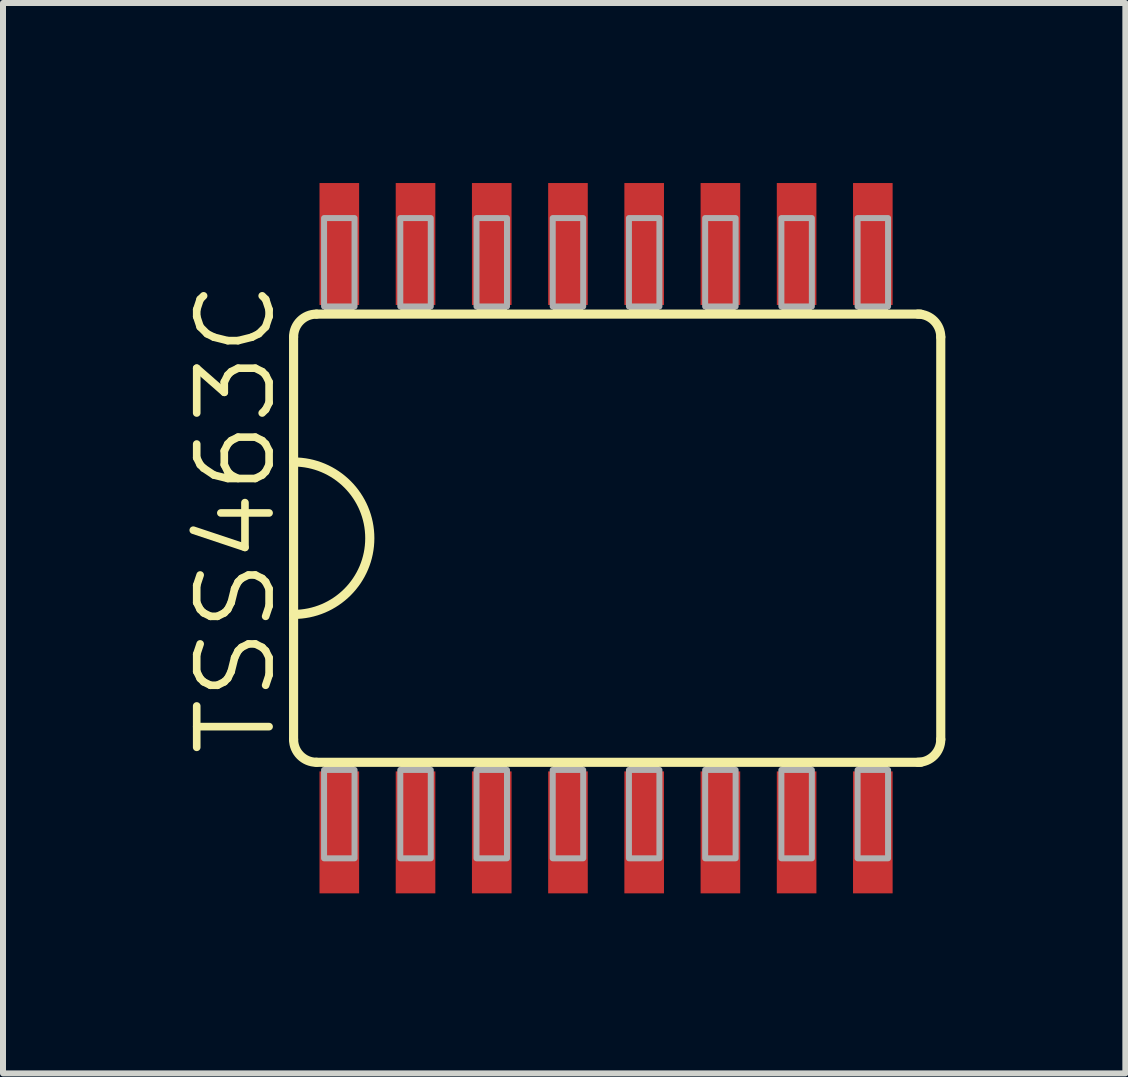
<source format=kicad_pcb>
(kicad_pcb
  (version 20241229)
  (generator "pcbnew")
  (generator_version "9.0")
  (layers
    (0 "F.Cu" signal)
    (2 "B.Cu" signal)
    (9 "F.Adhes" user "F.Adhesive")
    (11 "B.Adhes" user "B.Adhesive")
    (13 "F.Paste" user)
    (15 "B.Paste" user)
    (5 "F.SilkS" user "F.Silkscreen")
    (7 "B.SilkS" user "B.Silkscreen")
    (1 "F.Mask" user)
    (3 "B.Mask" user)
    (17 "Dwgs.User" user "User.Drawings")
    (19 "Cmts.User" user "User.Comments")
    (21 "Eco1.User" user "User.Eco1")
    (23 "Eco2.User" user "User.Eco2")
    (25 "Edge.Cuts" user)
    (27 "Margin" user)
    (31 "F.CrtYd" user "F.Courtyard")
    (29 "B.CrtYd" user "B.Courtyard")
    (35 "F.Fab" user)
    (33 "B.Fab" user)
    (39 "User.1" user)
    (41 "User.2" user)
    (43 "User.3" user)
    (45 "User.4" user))
  (footprint "TSS463C"
    (layer "F.Cu")
    (at 7.684 5.918)
    (property "Reference" "TSS463C" (at -6.096 3.683 90) (layer "F.SilkS") (effects (font (size 1.206 1.206) (thickness 0.127)) (justify left bottom)))
    (attr through_hole)
    (fp_line (start -5.842 -3.353) (end -5.842 3.353) (stroke (width 0.152) (type solid)) (layer "F.SilkS"))
    (fp_line (start -5.461 -3.734) (end 4.61 -3.734) (stroke (width 0.152) (type solid)) (layer "F.SilkS"))
    (fp_line (start -5.461 3.734) (end 4.61 3.734) (stroke (width 0.152) (type solid)) (layer "F.SilkS"))
    (fp_line (start 4.942 3.353) (end 4.942 -3.353) (stroke (width 0.152) (type solid)) (layer "F.SilkS"))
    (fp_arc (start -5.842 -3.3528) (mid -5.730408 -3.622208) (end -5.461 -3.7338) (stroke (width 0.1524) (type solid)) (layer "F.SilkS"))
    (fp_arc (start -5.842 -1.27) (mid -4.572 0) (end -5.842 1.27) (stroke (width 0.1524) (type solid)) (layer "F.SilkS"))
    (fp_arc (start -5.461 3.7338) (mid -5.730408 3.622208) (end -5.842 3.3528) (stroke (width 0.1524) (type solid)) (layer "F.SilkS"))
    (fp_arc (start 4.561 -3.7338) (mid 4.830408 -3.622208) (end 4.942 -3.3528) (stroke (width 0.1524) (type solid)) (layer "F.SilkS"))
    (fp_arc (start 4.942 3.3528) (mid 4.830408 3.622208) (end 4.561 3.7338) (stroke (width 0.1524) (type solid)) (layer "F.SilkS"))
    (fp_poly (pts (xy -5.334 -3.734) (xy -4.826 -3.734) (xy -4.826 -3.861) (xy -5.334 -3.861)) (stroke (width 0) (type solid)) (fill yes) (layer "F.SilkS"))
    (fp_poly (pts (xy -5.334 3.861) (xy -4.826 3.861) (xy -4.826 3.734) (xy -5.334 3.734)) (stroke (width 0) (type solid)) (fill yes) (layer "F.SilkS"))
    (fp_poly (pts (xy -4.064 -3.734) (xy -3.556 -3.734) (xy -3.556 -3.861) (xy -4.064 -3.861)) (stroke (width 0) (type solid)) (fill yes) (layer "F.SilkS"))
    (fp_poly (pts (xy -4.064 3.861) (xy -3.556 3.861) (xy -3.556 3.734) (xy -4.064 3.734)) (stroke (width 0) (type solid)) (fill yes) (layer "F.SilkS"))
    (fp_poly (pts (xy -2.794 -3.734) (xy -2.286 -3.734) (xy -2.286 -3.861) (xy -2.794 -3.861)) (stroke (width 0) (type solid)) (fill yes) (layer "F.SilkS"))
    (fp_poly (pts (xy -2.794 3.861) (xy -2.286 3.861) (xy -2.286 3.734) (xy -2.794 3.734)) (stroke (width 0) (type solid)) (fill yes) (layer "F.SilkS"))
    (fp_poly (pts (xy -1.524 -3.734) (xy -1.016 -3.734) (xy -1.016 -3.861) (xy -1.524 -3.861)) (stroke (width 0) (type solid)) (fill yes) (layer "F.SilkS"))
    (fp_poly (pts (xy -1.524 3.861) (xy -1.016 3.861) (xy -1.016 3.734) (xy -1.524 3.734)) (stroke (width 0) (type solid)) (fill yes) (layer "F.SilkS"))
    (fp_poly (pts (xy -0.254 -3.734) (xy 0.254 -3.734) (xy 0.254 -3.861) (xy -0.254 -3.861)) (stroke (width 0) (type solid)) (fill yes) (layer "F.SilkS"))
    (fp_poly (pts (xy -0.254 3.861) (xy 0.254 3.861) (xy 0.254 3.734) (xy -0.254 3.734)) (stroke (width 0) (type solid)) (fill yes) (layer "F.SilkS"))
    (fp_poly (pts (xy 1.016 -3.734) (xy 1.524 -3.734) (xy 1.524 -3.861) (xy 1.016 -3.861)) (stroke (width 0) (type solid)) (fill yes) (layer "F.SilkS"))
    (fp_poly (pts (xy 1.016 3.861) (xy 1.524 3.861) (xy 1.524 3.734) (xy 1.016 3.734)) (stroke (width 0) (type solid)) (fill yes) (layer "F.SilkS"))
    (fp_poly (pts (xy 2.286 -3.734) (xy 2.794 -3.734) (xy 2.794 -3.861) (xy 2.286 -3.861)) (stroke (width 0) (type solid)) (fill yes) (layer "F.SilkS"))
    (fp_poly (pts (xy 2.286 3.861) (xy 2.794 3.861) (xy 2.794 3.734) (xy 2.286 3.734)) (stroke (width 0) (type solid)) (fill yes) (layer "F.SilkS"))
    (fp_poly (pts (xy 3.556 -3.734) (xy 4.064 -3.734) (xy 4.064 -3.861) (xy 3.556 -3.861)) (stroke (width 0) (type solid)) (fill yes) (layer "F.SilkS"))
    (fp_poly (pts (xy 3.556 3.861) (xy 4.064 3.861) (xy 4.064 3.734) (xy 3.556 3.734)) (stroke (width 0) (type solid)) (fill yes) (layer "F.SilkS"))
    (fp_poly (pts (xy -5.334 -3.861) (xy -4.826 -3.861) (xy -4.826 -5.334) (xy -5.334 -5.334)) (stroke (width 0.1) (type solid)) (fill no) (layer "F.Fab"))
    (fp_poly (pts (xy -5.334 5.334) (xy -4.826 5.334) (xy -4.826 3.861) (xy -5.334 3.861)) (stroke (width 0.1) (type solid)) (fill no) (layer "F.Fab"))
    (fp_poly (pts (xy -4.064 -3.861) (xy -3.556 -3.861) (xy -3.556 -5.334) (xy -4.064 -5.334)) (stroke (width 0.1) (type solid)) (fill no) (layer "F.Fab"))
    (fp_poly (pts (xy -4.064 5.334) (xy -3.556 5.334) (xy -3.556 3.861) (xy -4.064 3.861)) (stroke (width 0.1) (type solid)) (fill no) (layer "F.Fab"))
    (fp_poly (pts (xy -2.794 -3.861) (xy -2.286 -3.861) (xy -2.286 -5.334) (xy -2.794 -5.334)) (stroke (width 0.1) (type solid)) (fill no) (layer "F.Fab"))
    (fp_poly (pts (xy -2.794 5.334) (xy -2.286 5.334) (xy -2.286 3.861) (xy -2.794 3.861)) (stroke (width 0.1) (type solid)) (fill no) (layer "F.Fab"))
    (fp_poly (pts (xy -1.524 -3.861) (xy -1.016 -3.861) (xy -1.016 -5.334) (xy -1.524 -5.334)) (stroke (width 0.1) (type solid)) (fill no) (layer "F.Fab"))
    (fp_poly (pts (xy -1.524 5.334) (xy -1.016 5.334) (xy -1.016 3.861) (xy -1.524 3.861)) (stroke (width 0.1) (type solid)) (fill no) (layer "F.Fab"))
    (fp_poly (pts (xy -0.254 -3.861) (xy 0.254 -3.861) (xy 0.254 -5.334) (xy -0.254 -5.334)) (stroke (width 0.1) (type solid)) (fill no) (layer "F.Fab"))
    (fp_poly (pts (xy -0.254 5.334) (xy 0.254 5.334) (xy 0.254 3.861) (xy -0.254 3.861)) (stroke (width 0.1) (type solid)) (fill no) (layer "F.Fab"))
    (fp_poly (pts (xy 1.016 -3.861) (xy 1.524 -3.861) (xy 1.524 -5.334) (xy 1.016 -5.334)) (stroke (width 0.1) (type solid)) (fill no) (layer "F.Fab"))
    (fp_poly (pts (xy 1.016 5.334) (xy 1.524 5.334) (xy 1.524 3.861) (xy 1.016 3.861)) (stroke (width 0.1) (type solid)) (fill no) (layer "F.Fab"))
    (fp_poly (pts (xy 2.286 -3.861) (xy 2.794 -3.861) (xy 2.794 -5.334) (xy 2.286 -5.334)) (stroke (width 0.1) (type solid)) (fill no) (layer "F.Fab"))
    (fp_poly (pts (xy 2.286 5.334) (xy 2.794 5.334) (xy 2.794 3.861) (xy 2.286 3.861)) (stroke (width 0.1) (type solid)) (fill no) (layer "F.Fab"))
    (fp_poly (pts (xy 3.556 -3.861) (xy 4.064 -3.861) (xy 4.064 -5.334) (xy 3.556 -5.334)) (stroke (width 0.1) (type solid)) (fill no) (layer "F.Fab"))
    (fp_poly (pts (xy 3.556 5.334) (xy 4.064 5.334) (xy 4.064 3.861) (xy 3.556 3.861)) (stroke (width 0.1) (type solid)) (fill no) (layer "F.Fab"))
    (pad "1" smd rect (at -5.08 4.902) (size 0.66 2.032) (layers "F.Cu" "F.Mask" "F.Paste"))
    (pad "2" smd rect (at -3.81 4.902) (size 0.66 2.032) (layers "F.Cu" "F.Mask" "F.Paste"))
    (pad "3" smd rect (at -2.54 4.902) (size 0.66 2.032) (layers "F.Cu" "F.Mask" "F.Paste"))
    (pad "4" smd rect (at -1.27 4.902) (size 0.66 2.032) (layers "F.Cu" "F.Mask" "F.Paste"))
    (pad "5" smd rect (at 0 4.902) (size 0.66 2.032) (layers "F.Cu" "F.Mask" "F.Paste"))
    (pad "6" smd rect (at 1.27 4.902) (size 0.66 2.032) (layers "F.Cu" "F.Mask" "F.Paste"))
    (pad "7" smd rect (at 2.54 4.902) (size 0.66 2.032) (layers "F.Cu" "F.Mask" "F.Paste"))
    (pad "8" smd rect (at 3.81 4.902) (size 0.66 2.032) (layers "F.Cu" "F.Mask" "F.Paste"))
    (pad "9" smd rect (at 3.81 -4.902) (size 0.66 2.032) (layers "F.Cu" "F.Mask" "F.Paste"))
    (pad "10" smd rect (at 2.54 -4.902) (size 0.66 2.032) (layers "F.Cu" "F.Mask" "F.Paste"))
    (pad "11" smd rect (at 1.27 -4.902) (size 0.66 2.032) (layers "F.Cu" "F.Mask" "F.Paste"))
    (pad "12" smd rect (at 0 -4.902) (size 0.66 2.032) (layers "F.Cu" "F.Mask" "F.Paste"))
    (pad "13" smd rect (at -1.27 -4.902) (size 0.66 2.032) (layers "F.Cu" "F.Mask" "F.Paste"))
    (pad "14" smd rect (at -2.54 -4.902) (size 0.66 2.032) (layers "F.Cu" "F.Mask" "F.Paste"))
    (pad "15" smd rect (at -3.81 -4.902) (size 0.66 2.032) (layers "F.Cu" "F.Mask" "F.Paste"))
    (pad "16" smd rect (at -5.08 -4.902) (size 0.66 2.032) (layers "F.Cu" "F.Mask" "F.Paste")))
  (gr_rect
    (start -3 -3)
    (end 15.702 14.836)
    (stroke (width 0.1) (type default))
    (fill no)
    (layer "Edge.Cuts")))
</source>
